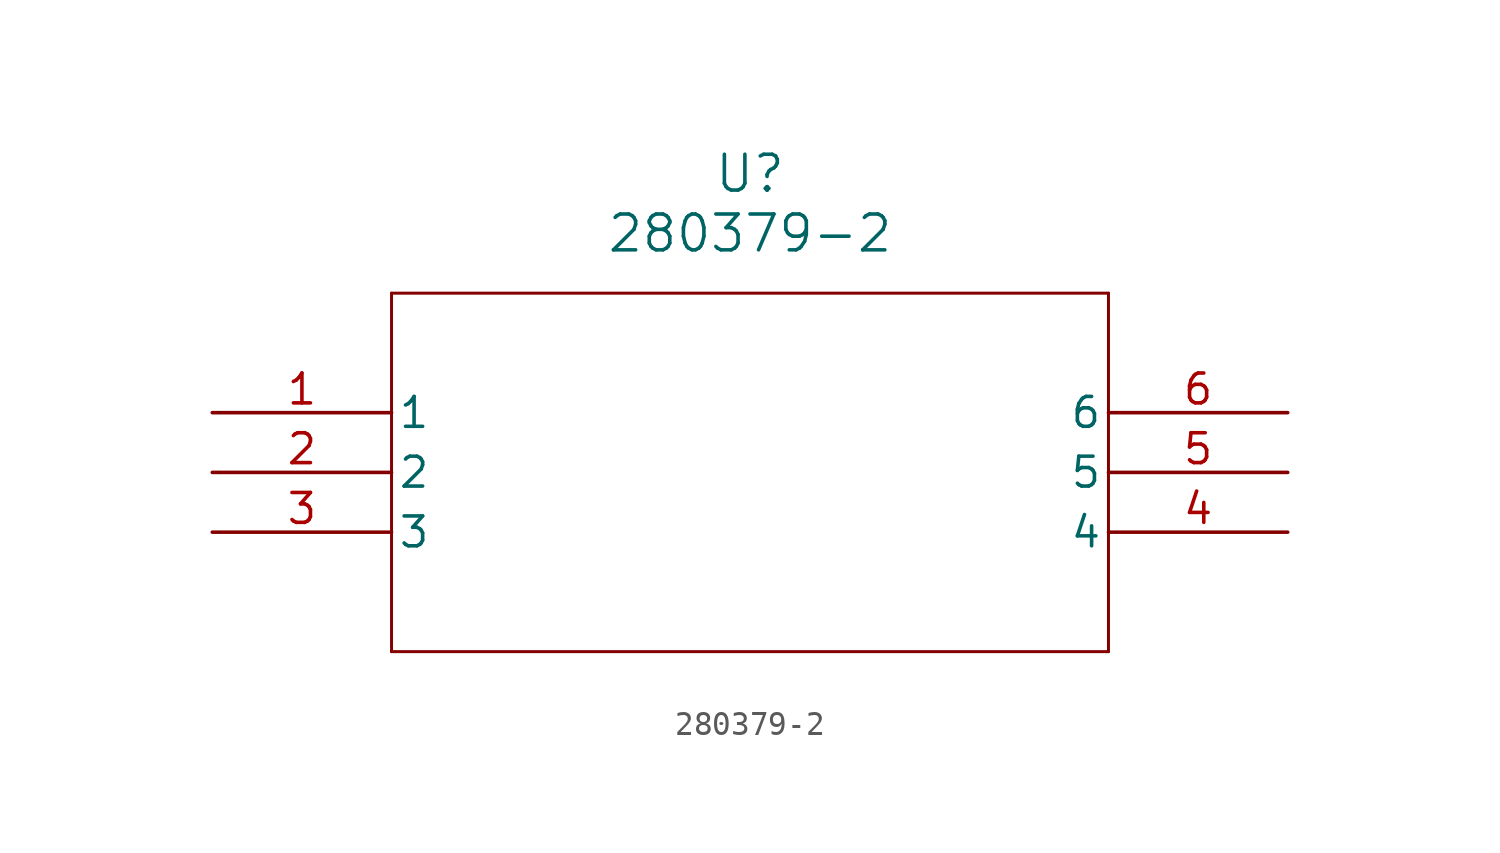
<source format=kicad_sym>
(kicad_symbol_lib
  (version 20211014)
  (generator kicad_symbol_editor)
  (symbol "280379-2"
    (pin_names
      (offset 0.254))
    (property "Reference" "U"
      (at 22.86 10.16 0)
      (effects (font (size 1.524 1.524))))
    (property "Value" "280379-2"
      (at 22.86 7.62 0)
      (effects (font (size 1.524 1.524))))
    (symbol "280379-2_0_1"
      (polyline (pts (xy 7.62 5.08) (xy 7.62 -10.16)) (stroke (width 0.127) (type default) (color 0 0 0 0)) (fill (type none)))
      (polyline (pts (xy 7.62 -10.16) (xy 38.1 -10.16)) (stroke (width 0.127) (type default) (color 0 0 0 0)) (fill (type none)))
      (polyline (pts (xy 38.1 -10.16) (xy 38.1 5.08)) (stroke (width 0.127) (type default) (color 0 0 0 0)) (fill (type none)))
      (polyline (pts (xy 38.1 5.08) (xy 7.62 5.08)) (stroke (width 0.127) (type default) (color 0 0 0 0)) (fill (type none)))
      (pin unspecified line (at 0 0 0) (length 7.62) (name "1" (effects (font (size 1.27 1.27)))) (number "1" (effects (font (size 1.27 1.27)))))
      (pin unspecified line (at 0 -2.54 0) (length 7.62) (name "2" (effects (font (size 1.27 1.27)))) (number "2" (effects (font (size 1.27 1.27)))))
      (pin unspecified line (at 0 -5.08 0) (length 7.62) (name "3" (effects (font (size 1.27 1.27)))) (number "3" (effects (font (size 1.27 1.27)))))
      (pin unspecified line (at 45.72 -5.08 180) (length 7.62) (name "4" (effects (font (size 1.27 1.27)))) (number "4" (effects (font (size 1.27 1.27)))))
      (pin unspecified line (at 45.72 -2.54 180) (length 7.62) (name "5" (effects (font (size 1.27 1.27)))) (number "5" (effects (font (size 1.27 1.27)))))
      (pin unspecified line (at 45.72 0 180) (length 7.62) (name "6" (effects (font (size 1.27 1.27)))) (number "6" (effects (font (size 1.27 1.27))))))))
</source>
